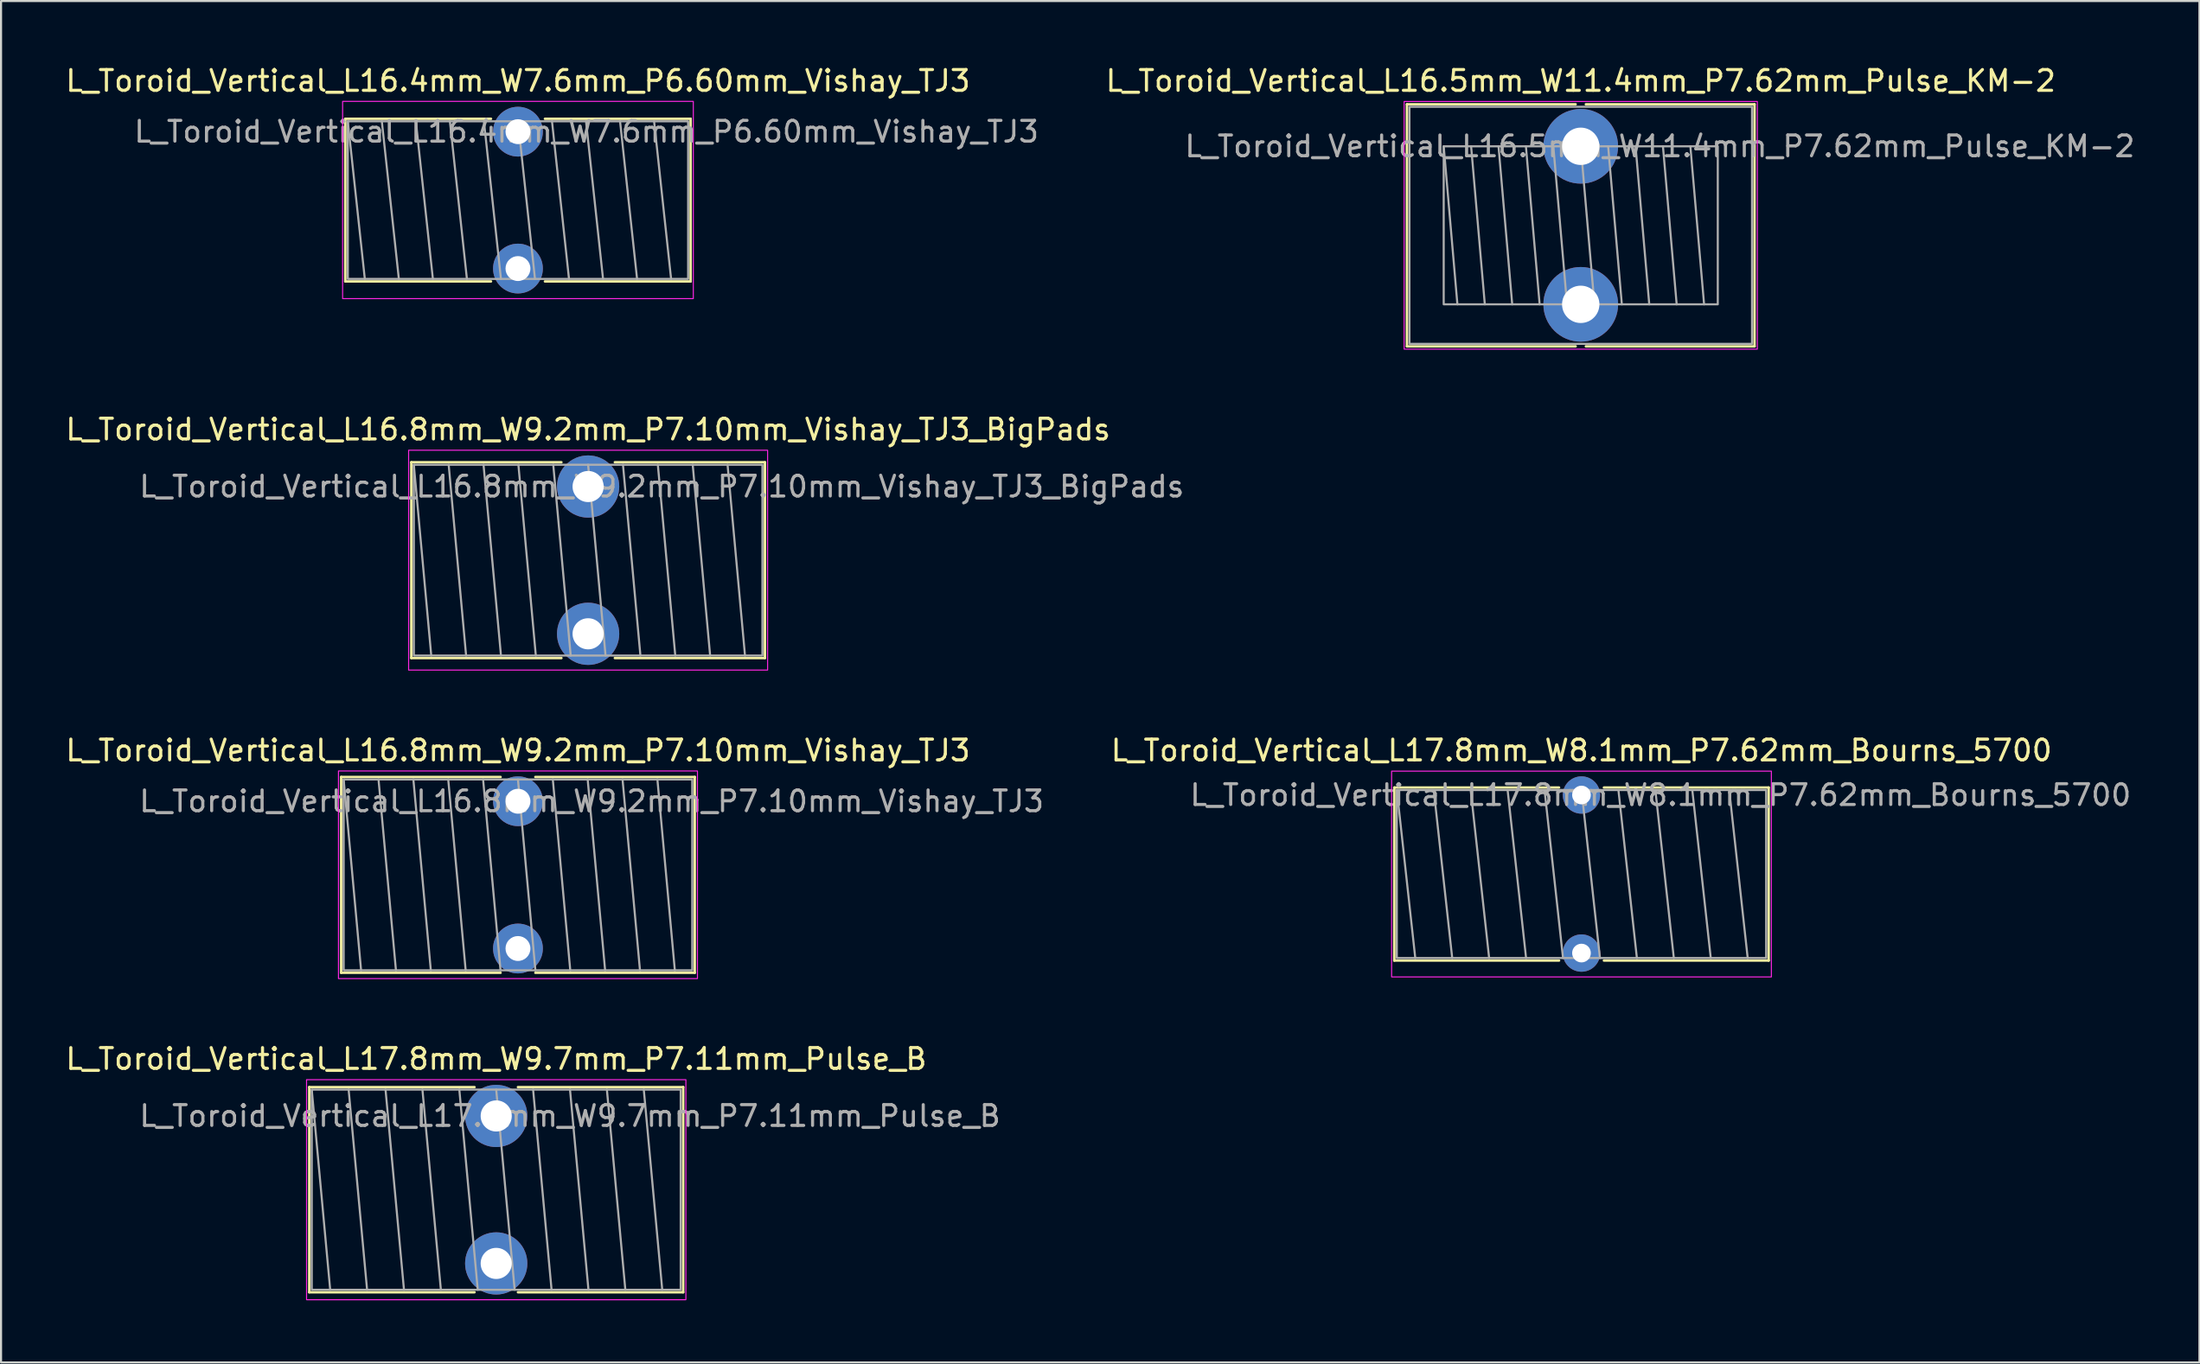
<source format=kicad_pcb>
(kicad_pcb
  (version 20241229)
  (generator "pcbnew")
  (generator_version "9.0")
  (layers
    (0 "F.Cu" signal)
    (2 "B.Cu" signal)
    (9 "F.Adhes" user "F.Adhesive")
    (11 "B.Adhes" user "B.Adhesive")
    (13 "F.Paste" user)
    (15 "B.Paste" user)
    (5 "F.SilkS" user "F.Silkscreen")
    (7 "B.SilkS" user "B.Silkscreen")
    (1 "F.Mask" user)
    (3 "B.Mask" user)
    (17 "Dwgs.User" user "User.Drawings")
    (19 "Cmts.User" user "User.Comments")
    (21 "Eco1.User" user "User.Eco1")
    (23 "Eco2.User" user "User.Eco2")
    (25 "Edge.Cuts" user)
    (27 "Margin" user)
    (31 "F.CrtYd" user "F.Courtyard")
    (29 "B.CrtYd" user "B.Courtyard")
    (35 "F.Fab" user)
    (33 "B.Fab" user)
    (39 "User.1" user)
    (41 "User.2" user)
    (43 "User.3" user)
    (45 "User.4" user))
  (footprint "L_Toroid_Vertical_L17.8mm_W8.1mm_P7.62mm_Bourns_5700"
    (layer "F.Cu")
    (at 73.163 35.28)
    (property "Reference" "L_Toroid_Vertical_L17.8mm_W8.1mm_P7.62mm_Bourns_5700" (at 0 -2.15 0) (layer "F.SilkS") (effects (font (size 1 1) (thickness 0.15))))
    (attr through_hole)
    (fp_line (start -9.02 -0.36) (end -9.02 7.98) (stroke (width 0.12) (type solid)) (layer "F.SilkS"))
    (fp_line (start -9.02 -0.36) (end -1.082 -0.36) (stroke (width 0.12) (type solid)) (layer "F.SilkS"))
    (fp_line (start -9.02 7.98) (end -1.082 7.98) (stroke (width 0.12) (type solid)) (layer "F.SilkS"))
    (fp_line (start 1.082 -0.36) (end 9.02 -0.36) (stroke (width 0.12) (type solid)) (layer "F.SilkS"))
    (fp_line (start 1.082 7.98) (end 9.02 7.98) (stroke (width 0.12) (type solid)) (layer "F.SilkS"))
    (fp_line (start 9.02 -0.36) (end 9.02 7.98) (stroke (width 0.12) (type solid)) (layer "F.SilkS"))
    (fp_rect (start -9.15 -1.15) (end 9.15 8.77) (stroke (width 0.05) (type solid)) (fill no) (layer "F.CrtYd"))
    (fp_line (start -8.9 -0.24) (end -8.01 7.86) (stroke (width 0.1) (type solid)) (layer "F.Fab"))
    (fp_line (start -7.12 -0.24) (end -6.23 7.86) (stroke (width 0.1) (type solid)) (layer "F.Fab"))
    (fp_line (start -5.34 -0.24) (end -4.45 7.86) (stroke (width 0.1) (type solid)) (layer "F.Fab"))
    (fp_line (start -3.56 -0.24) (end -2.67 7.86) (stroke (width 0.1) (type solid)) (layer "F.Fab"))
    (fp_line (start -1.78 -0.24) (end -0.89 7.86) (stroke (width 0.1) (type solid)) (layer "F.Fab"))
    (fp_line (start 0 -0.24) (end 0.89 7.86) (stroke (width 0.1) (type solid)) (layer "F.Fab"))
    (fp_line (start 1.78 -0.24) (end 2.67 7.86) (stroke (width 0.1) (type solid)) (layer "F.Fab"))
    (fp_line (start 3.56 -0.24) (end 4.45 7.86) (stroke (width 0.1) (type solid)) (layer "F.Fab"))
    (fp_line (start 5.34 -0.24) (end 6.23 7.86) (stroke (width 0.1) (type solid)) (layer "F.Fab"))
    (fp_line (start 7.12 -0.24) (end 8.01 7.86) (stroke (width 0.1) (type solid)) (layer "F.Fab"))
    (fp_rect (start -8.9 -0.24) (end 8.9 7.86) (stroke (width 0.1) (type solid)) (fill no) (layer "F.Fab"))
    (fp_text user "${REFERENCE}" (at 3.81 0 0) (layer "F.Fab") (effects (font (size 1 1) (thickness 0.15))))
    (pad "1" thru_hole circle (at 0 0) (size 1.8 1.8) (drill 0.9) (layers "*.Cu" "*.Mask"))
    (pad "2" thru_hole circle (at 0 7.62) (size 1.8 1.8) (drill 0.9) (layers "*.Cu" "*.Mask")))
  (footprint "L_Toroid_Vertical_L17.8mm_W9.7mm_P7.11mm_Pulse_B"
    (layer "F.Cu")
    (at 20.863 50.753)
    (property "Reference" "L_Toroid_Vertical_L17.8mm_W9.7mm_P7.11mm_Pulse_B" (at 0 -2.75 0) (layer "F.SilkS") (effects (font (size 1 1) (thickness 0.15))))
    (attr through_hole)
    (fp_line (start -9.01 -1.39) (end -9.01 8.5) (stroke (width 0.12) (type solid)) (layer "F.SilkS"))
    (fp_line (start -9.01 -1.39) (end -1.047 -1.39) (stroke (width 0.12) (type solid)) (layer "F.SilkS"))
    (fp_line (start -9.01 8.5) (end -1.047 8.5) (stroke (width 0.12) (type solid)) (layer "F.SilkS"))
    (fp_line (start 1.047 -1.39) (end 9.01 -1.39) (stroke (width 0.12) (type solid)) (layer "F.SilkS"))
    (fp_line (start 1.047 8.5) (end 9.01 8.5) (stroke (width 0.12) (type solid)) (layer "F.SilkS"))
    (fp_line (start 9.01 -1.39) (end 9.01 8.5) (stroke (width 0.12) (type solid)) (layer "F.SilkS"))
    (fp_rect (start -9.14 -1.75) (end 9.14 8.86) (stroke (width 0.05) (type solid)) (fill no) (layer "F.CrtYd"))
    (fp_line (start -8.89 -1.27) (end -8.001 8.38) (stroke (width 0.1) (type solid)) (layer "F.Fab"))
    (fp_line (start -7.112 -1.27) (end -6.223 8.38) (stroke (width 0.1) (type solid)) (layer "F.Fab"))
    (fp_line (start -5.334 -1.27) (end -4.445 8.38) (stroke (width 0.1) (type solid)) (layer "F.Fab"))
    (fp_line (start -3.556 -1.27) (end -2.667 8.38) (stroke (width 0.1) (type solid)) (layer "F.Fab"))
    (fp_line (start -1.778 -1.27) (end -0.889 8.38) (stroke (width 0.1) (type solid)) (layer "F.Fab"))
    (fp_line (start 0 -1.27) (end 0.889 8.38) (stroke (width 0.1) (type solid)) (layer "F.Fab"))
    (fp_line (start 1.778 -1.27) (end 2.667 8.38) (stroke (width 0.1) (type solid)) (layer "F.Fab"))
    (fp_line (start 3.556 -1.27) (end 4.445 8.38) (stroke (width 0.1) (type solid)) (layer "F.Fab"))
    (fp_line (start 5.334 -1.27) (end 6.223 8.38) (stroke (width 0.1) (type solid)) (layer "F.Fab"))
    (fp_line (start 7.112 -1.27) (end 8.001 8.38) (stroke (width 0.1) (type solid)) (layer "F.Fab"))
    (fp_rect (start -8.89 -1.27) (end 8.89 8.38) (stroke (width 0.1) (type solid)) (fill no) (layer "F.Fab"))
    (fp_text user "${REFERENCE}" (at 3.555 0 0) (layer "F.Fab") (effects (font (size 1 1) (thickness 0.15))))
    (pad "1" thru_hole circle (at 0 0) (size 3 3) (drill 1.5) (layers "*.Cu" "*.Mask"))
    (pad "2" thru_hole circle (at 0 7.11) (size 3 3) (drill 1.5) (layers "*.Cu" "*.Mask")))
  (footprint "L_Toroid_Vertical_L16.8mm_W9.2mm_P7.10mm_Vishay_TJ3_BigPads"
    (layer "F.Cu")
    (at 25.292 20.407)
    (property "Reference" "L_Toroid_Vertical_L16.8mm_W9.2mm_P7.10mm_Vishay_TJ3_BigPads" (at 0 -2.75 0) (layer "F.SilkS") (effects (font (size 1 1) (thickness 0.15))))
    (attr through_hole)
    (fp_line (start -8.52 -1.17) (end -8.52 8.27) (stroke (width 0.12) (type solid)) (layer "F.SilkS"))
    (fp_line (start -8.52 -1.17) (end -1.288 -1.17) (stroke (width 0.12) (type solid)) (layer "F.SilkS"))
    (fp_line (start -8.52 8.27) (end -1.288 8.27) (stroke (width 0.12) (type solid)) (layer "F.SilkS"))
    (fp_line (start 1.288 -1.17) (end 8.52 -1.17) (stroke (width 0.12) (type solid)) (layer "F.SilkS"))
    (fp_line (start 1.288 8.27) (end 8.52 8.27) (stroke (width 0.12) (type solid)) (layer "F.SilkS"))
    (fp_line (start 8.52 -1.17) (end 8.52 8.27) (stroke (width 0.12) (type solid)) (layer "F.SilkS"))
    (fp_rect (start -8.65 -1.75) (end 8.65 8.85) (stroke (width 0.05) (type solid)) (fill no) (layer "F.CrtYd"))
    (fp_line (start -8.4 -1.05) (end -7.56 8.15) (stroke (width 0.1) (type solid)) (layer "F.Fab"))
    (fp_line (start -6.72 -1.05) (end -5.88 8.15) (stroke (width 0.1) (type solid)) (layer "F.Fab"))
    (fp_line (start -5.04 -1.05) (end -4.2 8.15) (stroke (width 0.1) (type solid)) (layer "F.Fab"))
    (fp_line (start -3.36 -1.05) (end -2.52 8.15) (stroke (width 0.1) (type solid)) (layer "F.Fab"))
    (fp_line (start -1.68 -1.05) (end -0.84 8.15) (stroke (width 0.1) (type solid)) (layer "F.Fab"))
    (fp_line (start 0 -1.05) (end 0.84 8.15) (stroke (width 0.1) (type solid)) (layer "F.Fab"))
    (fp_line (start 1.68 -1.05) (end 2.52 8.15) (stroke (width 0.1) (type solid)) (layer "F.Fab"))
    (fp_line (start 3.36 -1.05) (end 4.2 8.15) (stroke (width 0.1) (type solid)) (layer "F.Fab"))
    (fp_line (start 5.04 -1.05) (end 5.88 8.15) (stroke (width 0.1) (type solid)) (layer "F.Fab"))
    (fp_line (start 6.72 -1.05) (end 7.56 8.15) (stroke (width 0.1) (type solid)) (layer "F.Fab"))
    (fp_rect (start -8.4 -1.05) (end 8.4 8.15) (stroke (width 0.1) (type solid)) (fill no) (layer "F.Fab"))
    (fp_text user "${REFERENCE}" (at 3.55 0 0) (layer "F.Fab") (effects (font (size 1 1) (thickness 0.15))))
    (pad "1" thru_hole circle (at 0 0) (size 3 3) (drill 1.5) (layers "*.Cu" "*.Mask"))
    (pad "2" thru_hole circle (at 0 7.1) (size 3 3) (drill 1.5) (layers "*.Cu" "*.Mask")))
  (footprint "L_Toroid_Vertical_L16.8mm_W9.2mm_P7.10mm_Vishay_TJ3"
    (layer "F.Cu")
    (at 21.911 35.58)
    (property "Reference" "L_Toroid_Vertical_L16.8mm_W9.2mm_P7.10mm_Vishay_TJ3" (at 0 -2.45 0) (layer "F.SilkS") (effects (font (size 1 1) (thickness 0.15))))
    (attr through_hole)
    (fp_line (start -8.52 -1.17) (end -8.52 8.27) (stroke (width 0.12) (type solid)) (layer "F.SilkS"))
    (fp_line (start -8.52 -1.17) (end -0.839 -1.17) (stroke (width 0.12) (type solid)) (layer "F.SilkS"))
    (fp_line (start -8.52 8.27) (end -0.839 8.27) (stroke (width 0.12) (type solid)) (layer "F.SilkS"))
    (fp_line (start 0.839 -1.17) (end 8.52 -1.17) (stroke (width 0.12) (type solid)) (layer "F.SilkS"))
    (fp_line (start 0.839 8.27) (end 8.52 8.27) (stroke (width 0.12) (type solid)) (layer "F.SilkS"))
    (fp_line (start 8.52 -1.17) (end 8.52 8.27) (stroke (width 0.12) (type solid)) (layer "F.SilkS"))
    (fp_rect (start -8.65 -1.46) (end 8.65 8.55) (stroke (width 0.05) (type solid)) (fill no) (layer "F.CrtYd"))
    (fp_line (start -8.4 -1.05) (end -7.56 8.15) (stroke (width 0.1) (type solid)) (layer "F.Fab"))
    (fp_line (start -6.72 -1.05) (end -5.88 8.15) (stroke (width 0.1) (type solid)) (layer "F.Fab"))
    (fp_line (start -5.04 -1.05) (end -4.2 8.15) (stroke (width 0.1) (type solid)) (layer "F.Fab"))
    (fp_line (start -3.36 -1.05) (end -2.52 8.15) (stroke (width 0.1) (type solid)) (layer "F.Fab"))
    (fp_line (start -1.68 -1.05) (end -0.84 8.15) (stroke (width 0.1) (type solid)) (layer "F.Fab"))
    (fp_line (start 0 -1.05) (end 0.84 8.15) (stroke (width 0.1) (type solid)) (layer "F.Fab"))
    (fp_line (start 1.68 -1.05) (end 2.52 8.15) (stroke (width 0.1) (type solid)) (layer "F.Fab"))
    (fp_line (start 3.36 -1.05) (end 4.2 8.15) (stroke (width 0.1) (type solid)) (layer "F.Fab"))
    (fp_line (start 5.04 -1.05) (end 5.88 8.15) (stroke (width 0.1) (type solid)) (layer "F.Fab"))
    (fp_line (start 6.72 -1.05) (end 7.56 8.15) (stroke (width 0.1) (type solid)) (layer "F.Fab"))
    (fp_rect (start -8.4 -1.05) (end 8.4 8.15) (stroke (width 0.1) (type solid)) (fill no) (layer "F.Fab"))
    (fp_text user "${REFERENCE}" (at 3.55 0 0) (layer "F.Fab") (effects (font (size 1 1) (thickness 0.15))))
    (pad "1" thru_hole circle (at 0 0) (size 2.4 2.4) (drill 1.2) (layers "*.Cu" "*.Mask"))
    (pad "2" thru_hole circle (at 0 7.1) (size 2.4 2.4) (drill 1.2) (layers "*.Cu" "*.Mask")))
  (footprint "L_Toroid_Vertical_L16.4mm_W7.6mm_P6.60mm_Vishay_TJ3"
    (layer "F.Cu")
    (at 21.911 3.298)
    (property "Reference" "L_Toroid_Vertical_L16.4mm_W7.6mm_P6.60mm_Vishay_TJ3" (at 0 -2.45 0) (layer "F.SilkS") (effects (font (size 1 1) (thickness 0.15))))
    (attr through_hole)
    (fp_line (start -8.32 -0.62) (end -8.32 7.22) (stroke (width 0.12) (type solid)) (layer "F.SilkS"))
    (fp_line (start -8.32 -0.62) (end -1.3 -0.62) (stroke (width 0.12) (type solid)) (layer "F.SilkS"))
    (fp_line (start -8.32 7.22) (end -1.3 7.22) (stroke (width 0.12) (type solid)) (layer "F.SilkS"))
    (fp_line (start 1.3 -0.62) (end 8.32 -0.62) (stroke (width 0.12) (type solid)) (layer "F.SilkS"))
    (fp_line (start 1.3 7.22) (end 8.32 7.22) (stroke (width 0.12) (type solid)) (layer "F.SilkS"))
    (fp_line (start 8.32 -0.62) (end 8.32 7.22) (stroke (width 0.12) (type solid)) (layer "F.SilkS"))
    (fp_rect (start -8.45 -1.46) (end 8.45 8.05) (stroke (width 0.05) (type solid)) (fill no) (layer "F.CrtYd"))
    (fp_line (start -8.2 -0.5) (end -7.38 7.1) (stroke (width 0.1) (type solid)) (layer "F.Fab"))
    (fp_line (start -6.56 -0.5) (end -5.74 7.1) (stroke (width 0.1) (type solid)) (layer "F.Fab"))
    (fp_line (start -4.92 -0.5) (end -4.1 7.1) (stroke (width 0.1) (type solid)) (layer "F.Fab"))
    (fp_line (start -3.28 -0.5) (end -2.46 7.1) (stroke (width 0.1) (type solid)) (layer "F.Fab"))
    (fp_line (start -1.64 -0.5) (end -0.82 7.1) (stroke (width 0.1) (type solid)) (layer "F.Fab"))
    (fp_line (start 0 -0.5) (end 0.82 7.1) (stroke (width 0.1) (type solid)) (layer "F.Fab"))
    (fp_line (start 1.64 -0.5) (end 2.46 7.1) (stroke (width 0.1) (type solid)) (layer "F.Fab"))
    (fp_line (start 3.28 -0.5) (end 4.1 7.1) (stroke (width 0.1) (type solid)) (layer "F.Fab"))
    (fp_line (start 4.92 -0.5) (end 5.74 7.1) (stroke (width 0.1) (type solid)) (layer "F.Fab"))
    (fp_line (start 6.56 -0.5) (end 7.38 7.1) (stroke (width 0.1) (type solid)) (layer "F.Fab"))
    (fp_rect (start -8.2 -0.5) (end 8.2 7.1) (stroke (width 0.1) (type solid)) (fill no) (layer "F.Fab"))
    (fp_text user "${REFERENCE}" (at 3.3 0 0) (layer "F.Fab") (effects (font (size 1 1) (thickness 0.15))))
    (pad "1" thru_hole circle (at 0 0) (size 2.4 2.4) (drill 1.2) (layers "*.Cu" "*.Mask"))
    (pad "2" thru_hole circle (at 0 6.6) (size 2.4 2.4) (drill 1.2) (layers "*.Cu" "*.Mask")))
  (footprint "L_Toroid_Vertical_L16.5mm_W11.4mm_P7.62mm_Pulse_KM-2"
    (layer "F.Cu")
    (at 73.127 4.003)
    (property "Reference" "L_Toroid_Vertical_L16.5mm_W11.4mm_P7.62mm_Pulse_KM-2" (at 0 -3.155 0) (layer "F.SilkS") (effects (font (size 1 1) (thickness 0.15))))
    (attr through_hole)
    (fp_line (start -8.375 -2.025) (end -8.375 9.645) (stroke (width 0.12) (type solid)) (layer "F.SilkS"))
    (fp_line (start -8.375 -2.025) (end -0.247 -2.025) (stroke (width 0.12) (type solid)) (layer "F.SilkS"))
    (fp_line (start -8.375 9.645) (end -0.247 9.645) (stroke (width 0.12) (type solid)) (layer "F.SilkS"))
    (fp_line (start 0.247 -2.025) (end 8.375 -2.025) (stroke (width 0.12) (type solid)) (layer "F.SilkS"))
    (fp_line (start 0.247 9.645) (end 8.375 9.645) (stroke (width 0.12) (type solid)) (layer "F.SilkS"))
    (fp_line (start 8.375 -2.025) (end 8.375 9.645) (stroke (width 0.12) (type solid)) (layer "F.SilkS"))
    (fp_rect (start -8.51 -2.16) (end 8.51 9.78) (stroke (width 0.05) (type solid)) (fill no) (layer "F.CrtYd"))
    (fp_line (start -6.604 0) (end -5.944 7.62) (stroke (width 0.1) (type solid)) (layer "F.Fab"))
    (fp_line (start -5.283 0) (end -4.623 7.62) (stroke (width 0.1) (type solid)) (layer "F.Fab"))
    (fp_line (start -3.962 0) (end -3.302 7.62) (stroke (width 0.1) (type solid)) (layer "F.Fab"))
    (fp_line (start -2.642 0) (end -1.981 7.62) (stroke (width 0.1) (type solid)) (layer "F.Fab"))
    (fp_line (start -1.321 0) (end -0.66 7.62) (stroke (width 0.1) (type solid)) (layer "F.Fab"))
    (fp_line (start 0 0) (end 0.66 7.62) (stroke (width 0.1) (type solid)) (layer "F.Fab"))
    (fp_line (start 1.321 0) (end 1.981 7.62) (stroke (width 0.1) (type solid)) (layer "F.Fab"))
    (fp_line (start 2.642 0) (end 3.302 7.62) (stroke (width 0.1) (type solid)) (layer "F.Fab"))
    (fp_line (start 3.962 0) (end 4.623 7.62) (stroke (width 0.1) (type solid)) (layer "F.Fab"))
    (fp_line (start 5.283 0) (end 5.944 7.62) (stroke (width 0.1) (type solid)) (layer "F.Fab"))
    (fp_rect (start -8.255 -1.905) (end 8.255 9.525) (stroke (width 0.1) (type solid)) (fill no) (layer "F.Fab"))
    (fp_rect (start -6.604 0) (end 6.604 7.62) (stroke (width 0.1) (type solid)) (fill no) (layer "F.Fab"))
    (fp_text user "${REFERENCE}" (at 3.81 0 0) (layer "F.Fab") (effects (font (size 1 1) (thickness 0.15))))
    (pad "1" thru_hole circle (at 0 0) (size 3.6 3.6) (drill 1.8) (layers "*.Cu" "*.Mask"))
    (pad "2" thru_hole circle (at 0 7.62) (size 3.6 3.6) (drill 1.8) (layers "*.Cu" "*.Mask")))
  (gr_rect
    (start -3 -3)
    (end 102.943 62.638)
    (stroke (width 0.1) (type default))
    (fill no)
    (layer "Edge.Cuts")))
</source>
